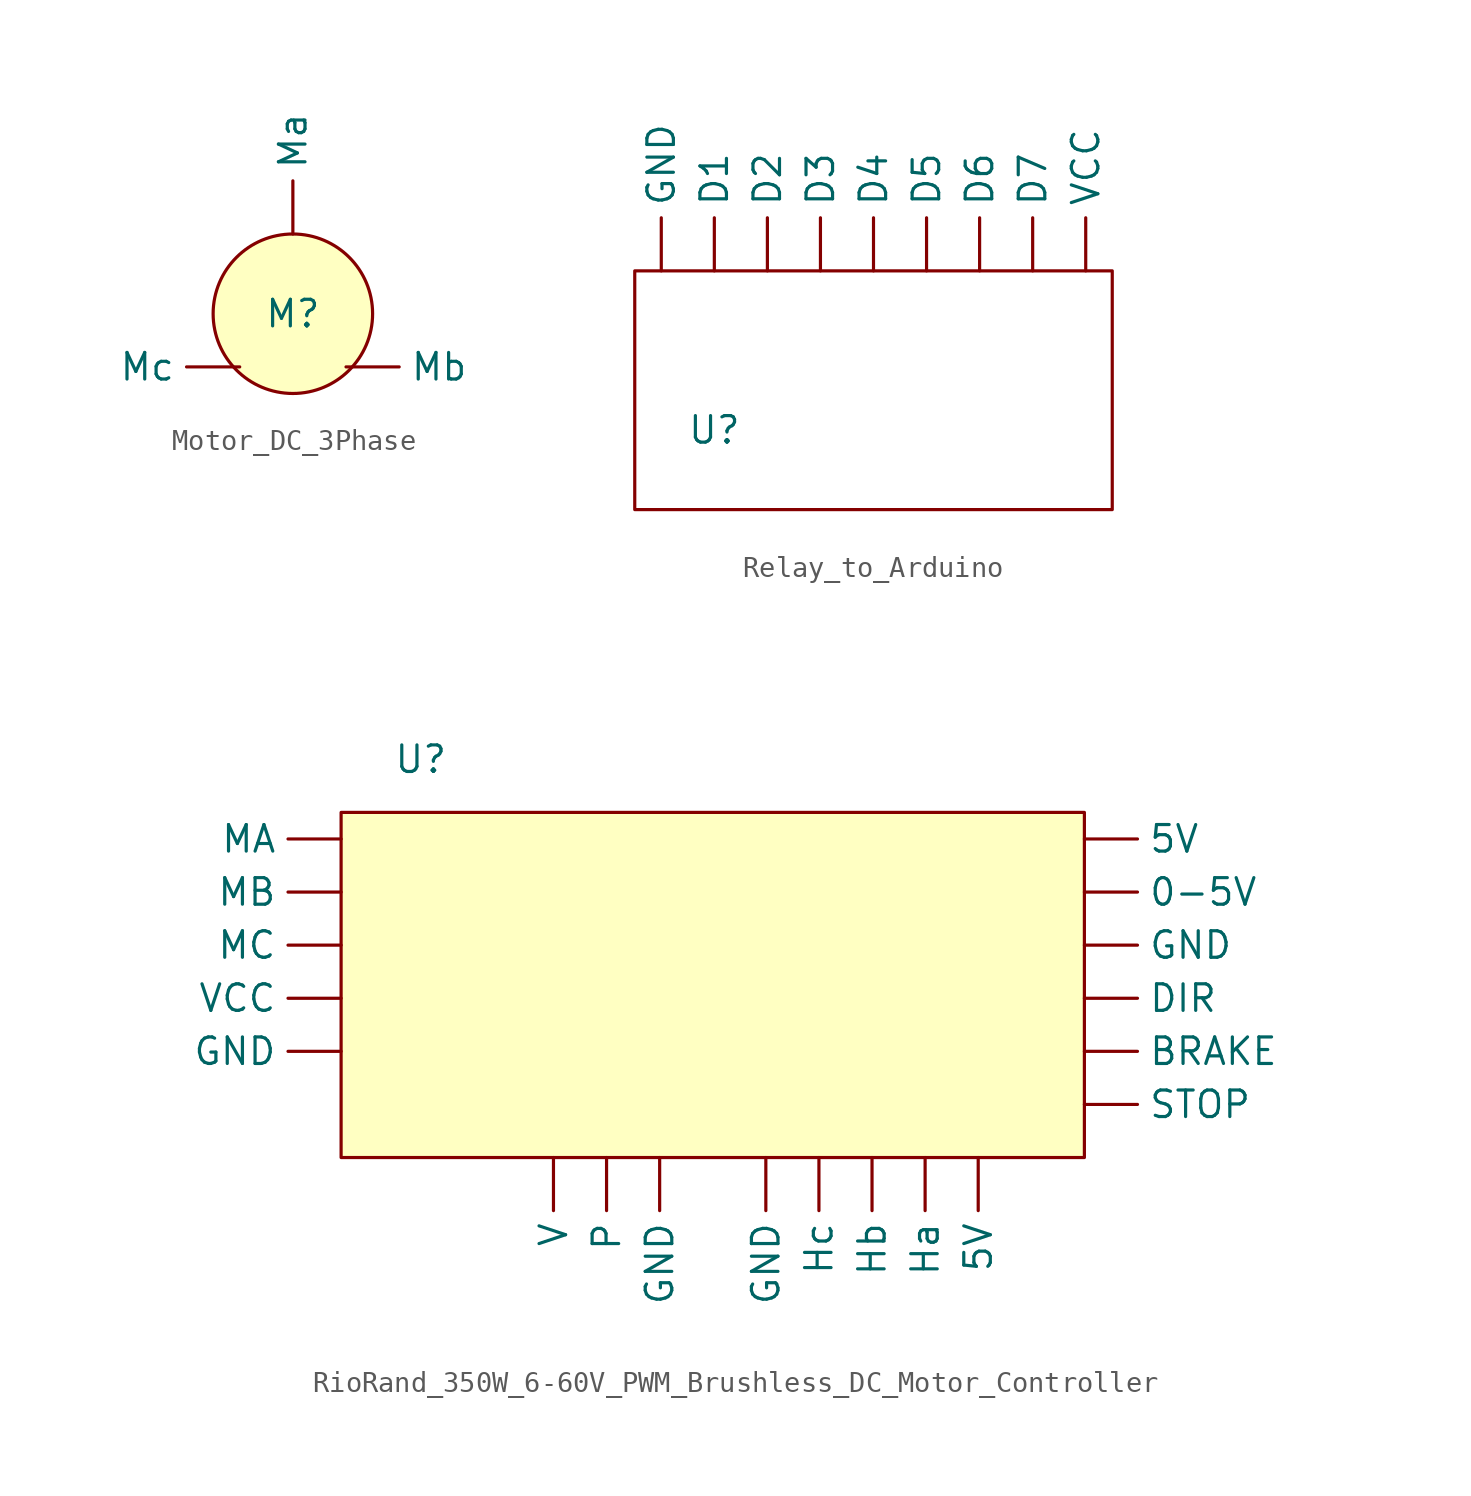
<source format=kicad_sym>
(kicad_symbol_lib
  (version 20220914)
  (generator kicad_symbol_editor)
  (symbol "Motor_DC_3Phase"
    (property "Reference" "M"
      (at 0 0 0)
      (effects (font (size 1.27 1.27))))
    (property "Value" ""
      (at 0 0 0)
      (effects (font (size 1.27 1.27))))
    (symbol "Motor_DC_3Phase_1_1"
      (circle (center 0 0) (radius 3.81) (stroke (width 0) (type default)) (fill (type background)))
      (pin passive line (at 0 3.81 90) (length 2.54) (name "Ma" (effects (font (size 1.27 1.27)))) (number "" (effects (font (size 1.27 1.27)))))
      (pin passive line (at 2.54 -2.54 0) (length 2.54) (name "Mb" (effects (font (size 1.27 1.27)))) (number "" (effects (font (size 1.27 1.27)))))
      (pin passive line (at -2.54 -2.54 180) (length 2.54) (name "Mc" (effects (font (size 1.27 1.27)))) (number "" (effects (font (size 1.27 1.27)))))))
  (symbol "Relay_to_Arduino"
    (property "Reference" "U"
      (at -7.62 -3.81 0)
      (effects (font (size 1.27 1.27))))
    (property "Value" ""
      (at -7.62 -3.81 0)
      (effects (font (size 1.27 1.27))))
    (symbol "Relay_to_Arduino_1_1"
      (rectangle (start -11.43 3.81) (end 11.43 -7.62) (stroke (width 0) (type default)) (fill (type none)))
      (pin bidirectional line (at -7.62 3.81 90) (length 2.54) (name "D1" (effects (font (size 1.27 1.27)))) (number "" (effects (font (size 1.27 1.27)))))
      (pin bidirectional line (at -5.08 3.81 90) (length 2.54) (name "D2" (effects (font (size 1.27 1.27)))) (number "" (effects (font (size 1.27 1.27)))))
      (pin bidirectional line (at -2.54 3.81 90) (length 2.54) (name "D3" (effects (font (size 1.27 1.27)))) (number "" (effects (font (size 1.27 1.27)))))
      (pin bidirectional line (at 0 3.81 90) (length 2.54) (name "D4" (effects (font (size 1.27 1.27)))) (number "" (effects (font (size 1.27 1.27)))))
      (pin bidirectional line (at 2.54 3.81 90) (length 2.54) (name "D5" (effects (font (size 1.27 1.27)))) (number "" (effects (font (size 1.27 1.27)))))
      (pin bidirectional line (at 5.08 3.81 90) (length 2.54) (name "D6" (effects (font (size 1.27 1.27)))) (number "" (effects (font (size 1.27 1.27)))))
      (pin bidirectional line (at 7.62 3.81 90) (length 2.54) (name "D7" (effects (font (size 1.27 1.27)))) (number "" (effects (font (size 1.27 1.27)))))
      (pin bidirectional line (at -10.16 3.81 90) (length 2.54) (name "GND" (effects (font (size 1.27 1.27)))) (number "" (effects (font (size 1.27 1.27)))))
      (pin bidirectional line (at 10.16 3.81 90) (length 2.54) (name "VCC" (effects (font (size 1.27 1.27)))) (number "" (effects (font (size 1.27 1.27)))))))
  (symbol "RioRand_350W_6-60V_PWM_Brushless_DC_Motor_Controller"
    (property "Reference" "U"
      (at -20.32 11.43 0)
      (effects (font (size 1.27 1.27))))
    (property "Value" ""
      (at -20.32 11.43 0)
      (effects (font (size 1.27 1.27))))
    (symbol "RioRand_350W_6-60V_PWM_Brushless_DC_Motor_Controller_1_1"
      (rectangle (start -24.13 8.89) (end 11.43 -7.62) (stroke (width 0) (type default)) (fill (type background)))
      (pin input line (at 11.43 5.08 0) (length 2.54) (name "0-5V" (effects (font (size 1.27 1.27)))) (number "" (effects (font (size 1.27 1.27)))))
      (pin input line (at 6.35 -7.62 270) (length 2.54) (name "5V" (effects (font (size 1.27 1.27)))) (number "" (effects (font (size 1.27 1.27)))))
      (pin input line (at 11.43 7.62 0) (length 2.54) (name "5V" (effects (font (size 1.27 1.27)))) (number "" (effects (font (size 1.27 1.27)))))
      (pin input line (at 11.43 -2.54 0) (length 2.54) (name "BRAKE" (effects (font (size 1.27 1.27)))) (number "" (effects (font (size 1.27 1.27)))))
      (pin input line (at 11.43 0 0) (length 2.54) (name "DIR" (effects (font (size 1.27 1.27)))) (number "" (effects (font (size 1.27 1.27)))))
      (pin power_in line (at -24.13 -2.54 180) (length 2.54) (name "GND" (effects (font (size 1.27 1.27)))) (number "" (effects (font (size 1.27 1.27)))))
      (pin output line (at -8.89 -7.62 270) (length 2.54) (name "GND" (effects (font (size 1.27 1.27)))) (number "" (effects (font (size 1.27 1.27)))))
      (pin input line (at -3.81 -7.62 270) (length 2.54) (name "GND" (effects (font (size 1.27 1.27)))) (number "" (effects (font (size 1.27 1.27)))))
      (pin input line (at 11.43 2.54 0) (length 2.54) (name "GND" (effects (font (size 1.27 1.27)))) (number "" (effects (font (size 1.27 1.27)))))
      (pin input line (at 3.81 -7.62 270) (length 2.54) (name "Ha" (effects (font (size 1.27 1.27)))) (number "" (effects (font (size 1.27 1.27)))))
      (pin input line (at 1.27 -7.62 270) (length 2.54) (name "Hb" (effects (font (size 1.27 1.27)))) (number "" (effects (font (size 1.27 1.27)))))
      (pin input line (at -1.27 -7.62 270) (length 2.54) (name "Hc" (effects (font (size 1.27 1.27)))) (number "" (effects (font (size 1.27 1.27)))))
      (pin input line (at -24.13 7.62 180) (length 2.54) (name "MA" (effects (font (size 1.27 1.27)))) (number "" (effects (font (size 1.27 1.27)))))
      (pin input line (at -24.13 5.08 180) (length 2.54) (name "MB" (effects (font (size 1.27 1.27)))) (number "" (effects (font (size 1.27 1.27)))))
      (pin input line (at -24.13 2.54 180) (length 2.54) (name "MC" (effects (font (size 1.27 1.27)))) (number "" (effects (font (size 1.27 1.27)))))
      (pin output line (at -11.43 -7.62 270) (length 2.54) (name "P" (effects (font (size 1.27 1.27)))) (number "" (effects (font (size 1.27 1.27)))))
      (pin input line (at 11.43 -5.08 0) (length 2.54) (name "STOP" (effects (font (size 1.27 1.27)))) (number "" (effects (font (size 1.27 1.27)))))
      (pin output line (at -13.97 -7.62 270) (length 2.54) (name "V" (effects (font (size 1.27 1.27)))) (number "" (effects (font (size 1.27 1.27)))))
      (pin power_in line (at -24.13 0 180) (length 2.54) (name "VCC" (effects (font (size 1.27 1.27)))) (number "" (effects (font (size 1.27 1.27))))))))
</source>
